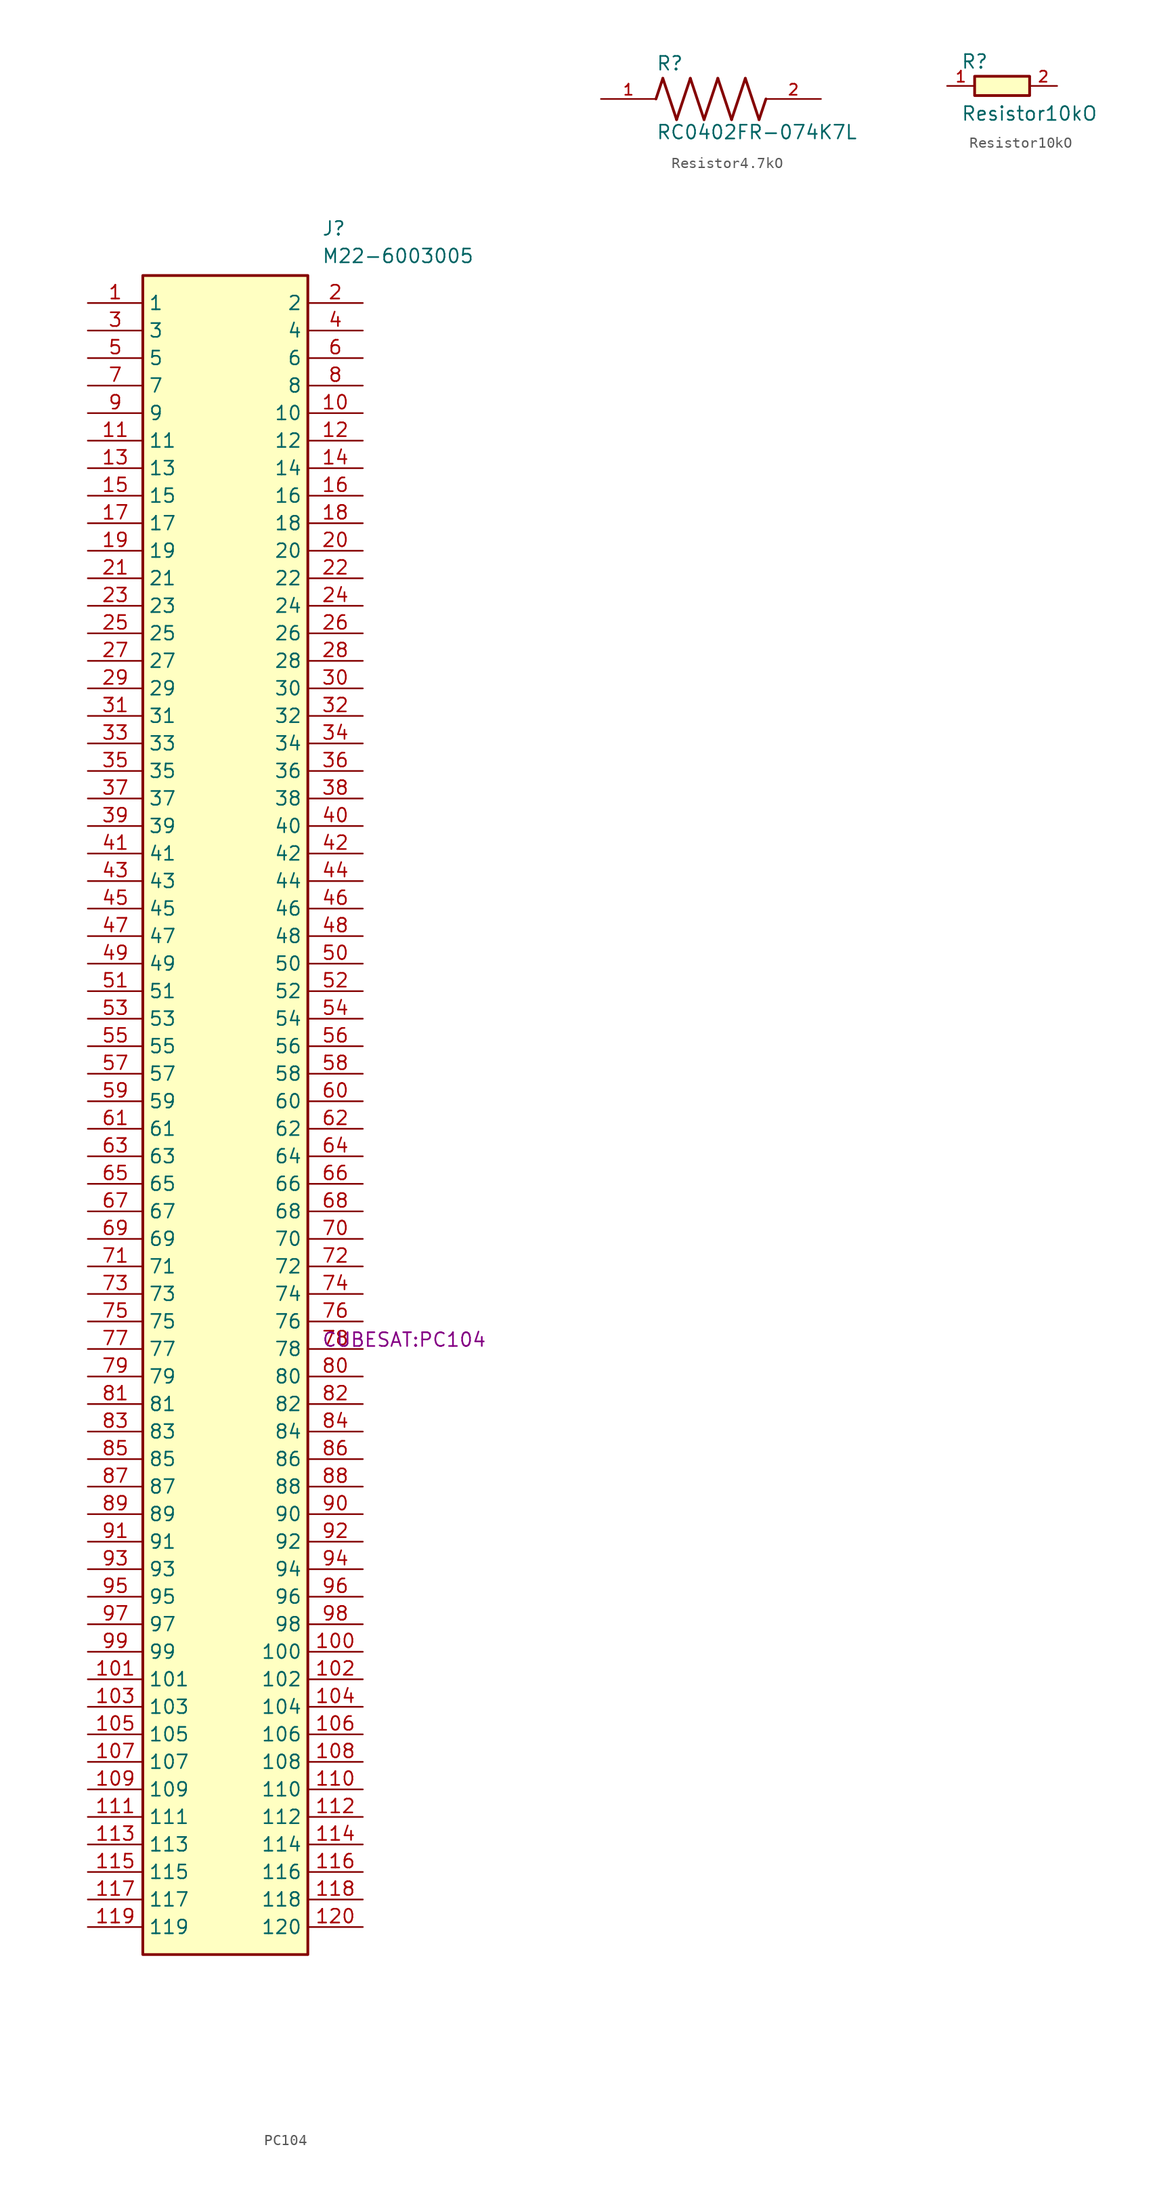
<source format=kicad_sym>
(kicad_symbol_lib
  (version 20220914)
  (generator kicad_symbol_editor)
  (symbol "PC104"
    (property "Reference" "J"
      (at 21.59 7.62 0)
      (effects (font (size 1.27 1.27)) (justify left top)))
    (property "Value" "M22-6003005"
      (at 21.59 5.08 0)
      (effects (font (size 1.27 1.27)) (justify left top)))
    (property "Footprint" "CUBESAT:PC104"
      (at 21.59 -94.92 0)
      (effects (font (size 1.27 1.27)) (justify left top)))
    (symbol "PC104_1_1"
      (rectangle (start 5.08 2.54) (end 20.32 -152.4) (stroke (width 0.254) (type default)) (fill (type background)))
      (pin passive line (at 0 0 0) (length 5.08) (name "1" (effects (font (size 1.27 1.27)))) (number "1" (effects (font (size 1.27 1.27)))))
      (pin passive line (at 25.4 -10.16 180) (length 5.08) (name "10" (effects (font (size 1.27 1.27)))) (number "10" (effects (font (size 1.27 1.27)))))
      (pin passive line (at 25.4 -124.46 180) (length 5.08) (name "100" (effects (font (size 1.27 1.27)))) (number "100" (effects (font (size 1.27 1.27)))))
      (pin passive line (at 0 -127 0) (length 5.08) (name "101" (effects (font (size 1.27 1.27)))) (number "101" (effects (font (size 1.27 1.27)))))
      (pin passive line (at 25.4 -127 180) (length 5.08) (name "102" (effects (font (size 1.27 1.27)))) (number "102" (effects (font (size 1.27 1.27)))))
      (pin passive line (at 0 -129.54 0) (length 5.08) (name "103" (effects (font (size 1.27 1.27)))) (number "103" (effects (font (size 1.27 1.27)))))
      (pin passive line (at 25.4 -129.54 180) (length 5.08) (name "104" (effects (font (size 1.27 1.27)))) (number "104" (effects (font (size 1.27 1.27)))))
      (pin passive line (at 0 -132.08 0) (length 5.08) (name "105" (effects (font (size 1.27 1.27)))) (number "105" (effects (font (size 1.27 1.27)))))
      (pin passive line (at 25.4 -132.08 180) (length 5.08) (name "106" (effects (font (size 1.27 1.27)))) (number "106" (effects (font (size 1.27 1.27)))))
      (pin passive line (at 0 -134.62 0) (length 5.08) (name "107" (effects (font (size 1.27 1.27)))) (number "107" (effects (font (size 1.27 1.27)))))
      (pin passive line (at 25.4 -134.62 180) (length 5.08) (name "108" (effects (font (size 1.27 1.27)))) (number "108" (effects (font (size 1.27 1.27)))))
      (pin passive line (at 0 -137.16 0) (length 5.08) (name "109" (effects (font (size 1.27 1.27)))) (number "109" (effects (font (size 1.27 1.27)))))
      (pin passive line (at 0 -12.7 0) (length 5.08) (name "11" (effects (font (size 1.27 1.27)))) (number "11" (effects (font (size 1.27 1.27)))))
      (pin passive line (at 25.4 -137.16 180) (length 5.08) (name "110" (effects (font (size 1.27 1.27)))) (number "110" (effects (font (size 1.27 1.27)))))
      (pin passive line (at 0 -139.7 0) (length 5.08) (name "111" (effects (font (size 1.27 1.27)))) (number "111" (effects (font (size 1.27 1.27)))))
      (pin passive line (at 25.4 -139.7 180) (length 5.08) (name "112" (effects (font (size 1.27 1.27)))) (number "112" (effects (font (size 1.27 1.27)))))
      (pin passive line (at 0 -142.24 0) (length 5.08) (name "113" (effects (font (size 1.27 1.27)))) (number "113" (effects (font (size 1.27 1.27)))))
      (pin passive line (at 25.4 -142.24 180) (length 5.08) (name "114" (effects (font (size 1.27 1.27)))) (number "114" (effects (font (size 1.27 1.27)))))
      (pin passive line (at 0 -144.78 0) (length 5.08) (name "115" (effects (font (size 1.27 1.27)))) (number "115" (effects (font (size 1.27 1.27)))))
      (pin passive line (at 25.4 -144.78 180) (length 5.08) (name "116" (effects (font (size 1.27 1.27)))) (number "116" (effects (font (size 1.27 1.27)))))
      (pin passive line (at 0 -147.32 0) (length 5.08) (name "117" (effects (font (size 1.27 1.27)))) (number "117" (effects (font (size 1.27 1.27)))))
      (pin passive line (at 25.4 -147.32 180) (length 5.08) (name "118" (effects (font (size 1.27 1.27)))) (number "118" (effects (font (size 1.27 1.27)))))
      (pin passive line (at 0 -149.86 0) (length 5.08) (name "119" (effects (font (size 1.27 1.27)))) (number "119" (effects (font (size 1.27 1.27)))))
      (pin passive line (at 25.4 -12.7 180) (length 5.08) (name "12" (effects (font (size 1.27 1.27)))) (number "12" (effects (font (size 1.27 1.27)))))
      (pin passive line (at 25.4 -149.86 180) (length 5.08) (name "120" (effects (font (size 1.27 1.27)))) (number "120" (effects (font (size 1.27 1.27)))))
      (pin passive line (at 0 -15.24 0) (length 5.08) (name "13" (effects (font (size 1.27 1.27)))) (number "13" (effects (font (size 1.27 1.27)))))
      (pin passive line (at 25.4 -15.24 180) (length 5.08) (name "14" (effects (font (size 1.27 1.27)))) (number "14" (effects (font (size 1.27 1.27)))))
      (pin passive line (at 0 -17.78 0) (length 5.08) (name "15" (effects (font (size 1.27 1.27)))) (number "15" (effects (font (size 1.27 1.27)))))
      (pin passive line (at 25.4 -17.78 180) (length 5.08) (name "16" (effects (font (size 1.27 1.27)))) (number "16" (effects (font (size 1.27 1.27)))))
      (pin passive line (at 0 -20.32 0) (length 5.08) (name "17" (effects (font (size 1.27 1.27)))) (number "17" (effects (font (size 1.27 1.27)))))
      (pin passive line (at 25.4 -20.32 180) (length 5.08) (name "18" (effects (font (size 1.27 1.27)))) (number "18" (effects (font (size 1.27 1.27)))))
      (pin passive line (at 0 -22.86 0) (length 5.08) (name "19" (effects (font (size 1.27 1.27)))) (number "19" (effects (font (size 1.27 1.27)))))
      (pin passive line (at 25.4 0 180) (length 5.08) (name "2" (effects (font (size 1.27 1.27)))) (number "2" (effects (font (size 1.27 1.27)))))
      (pin passive line (at 25.4 -22.86 180) (length 5.08) (name "20" (effects (font (size 1.27 1.27)))) (number "20" (effects (font (size 1.27 1.27)))))
      (pin passive line (at 0 -25.4 0) (length 5.08) (name "21" (effects (font (size 1.27 1.27)))) (number "21" (effects (font (size 1.27 1.27)))))
      (pin passive line (at 25.4 -25.4 180) (length 5.08) (name "22" (effects (font (size 1.27 1.27)))) (number "22" (effects (font (size 1.27 1.27)))))
      (pin passive line (at 0 -27.94 0) (length 5.08) (name "23" (effects (font (size 1.27 1.27)))) (number "23" (effects (font (size 1.27 1.27)))))
      (pin passive line (at 25.4 -27.94 180) (length 5.08) (name "24" (effects (font (size 1.27 1.27)))) (number "24" (effects (font (size 1.27 1.27)))))
      (pin passive line (at 0 -30.48 0) (length 5.08) (name "25" (effects (font (size 1.27 1.27)))) (number "25" (effects (font (size 1.27 1.27)))))
      (pin passive line (at 25.4 -30.48 180) (length 5.08) (name "26" (effects (font (size 1.27 1.27)))) (number "26" (effects (font (size 1.27 1.27)))))
      (pin passive line (at 0 -33.02 0) (length 5.08) (name "27" (effects (font (size 1.27 1.27)))) (number "27" (effects (font (size 1.27 1.27)))))
      (pin passive line (at 25.4 -33.02 180) (length 5.08) (name "28" (effects (font (size 1.27 1.27)))) (number "28" (effects (font (size 1.27 1.27)))))
      (pin passive line (at 0 -35.56 0) (length 5.08) (name "29" (effects (font (size 1.27 1.27)))) (number "29" (effects (font (size 1.27 1.27)))))
      (pin passive line (at 0 -2.54 0) (length 5.08) (name "3" (effects (font (size 1.27 1.27)))) (number "3" (effects (font (size 1.27 1.27)))))
      (pin passive line (at 25.4 -35.56 180) (length 5.08) (name "30" (effects (font (size 1.27 1.27)))) (number "30" (effects (font (size 1.27 1.27)))))
      (pin passive line (at 0 -38.1 0) (length 5.08) (name "31" (effects (font (size 1.27 1.27)))) (number "31" (effects (font (size 1.27 1.27)))))
      (pin passive line (at 25.4 -38.1 180) (length 5.08) (name "32" (effects (font (size 1.27 1.27)))) (number "32" (effects (font (size 1.27 1.27)))))
      (pin passive line (at 0 -40.64 0) (length 5.08) (name "33" (effects (font (size 1.27 1.27)))) (number "33" (effects (font (size 1.27 1.27)))))
      (pin passive line (at 25.4 -40.64 180) (length 5.08) (name "34" (effects (font (size 1.27 1.27)))) (number "34" (effects (font (size 1.27 1.27)))))
      (pin passive line (at 0 -43.18 0) (length 5.08) (name "35" (effects (font (size 1.27 1.27)))) (number "35" (effects (font (size 1.27 1.27)))))
      (pin passive line (at 25.4 -43.18 180) (length 5.08) (name "36" (effects (font (size 1.27 1.27)))) (number "36" (effects (font (size 1.27 1.27)))))
      (pin passive line (at 0 -45.72 0) (length 5.08) (name "37" (effects (font (size 1.27 1.27)))) (number "37" (effects (font (size 1.27 1.27)))))
      (pin passive line (at 25.4 -45.72 180) (length 5.08) (name "38" (effects (font (size 1.27 1.27)))) (number "38" (effects (font (size 1.27 1.27)))))
      (pin passive line (at 0 -48.26 0) (length 5.08) (name "39" (effects (font (size 1.27 1.27)))) (number "39" (effects (font (size 1.27 1.27)))))
      (pin passive line (at 25.4 -2.54 180) (length 5.08) (name "4" (effects (font (size 1.27 1.27)))) (number "4" (effects (font (size 1.27 1.27)))))
      (pin passive line (at 25.4 -48.26 180) (length 5.08) (name "40" (effects (font (size 1.27 1.27)))) (number "40" (effects (font (size 1.27 1.27)))))
      (pin passive line (at 0 -50.8 0) (length 5.08) (name "41" (effects (font (size 1.27 1.27)))) (number "41" (effects (font (size 1.27 1.27)))))
      (pin passive line (at 25.4 -50.8 180) (length 5.08) (name "42" (effects (font (size 1.27 1.27)))) (number "42" (effects (font (size 1.27 1.27)))))
      (pin passive line (at 0 -53.34 0) (length 5.08) (name "43" (effects (font (size 1.27 1.27)))) (number "43" (effects (font (size 1.27 1.27)))))
      (pin passive line (at 25.4 -53.34 180) (length 5.08) (name "44" (effects (font (size 1.27 1.27)))) (number "44" (effects (font (size 1.27 1.27)))))
      (pin passive line (at 0 -55.88 0) (length 5.08) (name "45" (effects (font (size 1.27 1.27)))) (number "45" (effects (font (size 1.27 1.27)))))
      (pin passive line (at 25.4 -55.88 180) (length 5.08) (name "46" (effects (font (size 1.27 1.27)))) (number "46" (effects (font (size 1.27 1.27)))))
      (pin passive line (at 0 -58.42 0) (length 5.08) (name "47" (effects (font (size 1.27 1.27)))) (number "47" (effects (font (size 1.27 1.27)))))
      (pin passive line (at 25.4 -58.42 180) (length 5.08) (name "48" (effects (font (size 1.27 1.27)))) (number "48" (effects (font (size 1.27 1.27)))))
      (pin passive line (at 0 -60.96 0) (length 5.08) (name "49" (effects (font (size 1.27 1.27)))) (number "49" (effects (font (size 1.27 1.27)))))
      (pin passive line (at 0 -5.08 0) (length 5.08) (name "5" (effects (font (size 1.27 1.27)))) (number "5" (effects (font (size 1.27 1.27)))))
      (pin passive line (at 25.4 -60.96 180) (length 5.08) (name "50" (effects (font (size 1.27 1.27)))) (number "50" (effects (font (size 1.27 1.27)))))
      (pin passive line (at 0 -63.5 0) (length 5.08) (name "51" (effects (font (size 1.27 1.27)))) (number "51" (effects (font (size 1.27 1.27)))))
      (pin passive line (at 25.4 -63.5 180) (length 5.08) (name "52" (effects (font (size 1.27 1.27)))) (number "52" (effects (font (size 1.27 1.27)))))
      (pin passive line (at 0 -66.04 0) (length 5.08) (name "53" (effects (font (size 1.27 1.27)))) (number "53" (effects (font (size 1.27 1.27)))))
      (pin passive line (at 25.4 -66.04 180) (length 5.08) (name "54" (effects (font (size 1.27 1.27)))) (number "54" (effects (font (size 1.27 1.27)))))
      (pin passive line (at 0 -68.58 0) (length 5.08) (name "55" (effects (font (size 1.27 1.27)))) (number "55" (effects (font (size 1.27 1.27)))))
      (pin passive line (at 25.4 -68.58 180) (length 5.08) (name "56" (effects (font (size 1.27 1.27)))) (number "56" (effects (font (size 1.27 1.27)))))
      (pin passive line (at 0 -71.12 0) (length 5.08) (name "57" (effects (font (size 1.27 1.27)))) (number "57" (effects (font (size 1.27 1.27)))))
      (pin passive line (at 25.4 -71.12 180) (length 5.08) (name "58" (effects (font (size 1.27 1.27)))) (number "58" (effects (font (size 1.27 1.27)))))
      (pin passive line (at 0 -73.66 0) (length 5.08) (name "59" (effects (font (size 1.27 1.27)))) (number "59" (effects (font (size 1.27 1.27)))))
      (pin passive line (at 25.4 -5.08 180) (length 5.08) (name "6" (effects (font (size 1.27 1.27)))) (number "6" (effects (font (size 1.27 1.27)))))
      (pin passive line (at 25.4 -73.66 180) (length 5.08) (name "60" (effects (font (size 1.27 1.27)))) (number "60" (effects (font (size 1.27 1.27)))))
      (pin passive line (at 0 -76.2 0) (length 5.08) (name "61" (effects (font (size 1.27 1.27)))) (number "61" (effects (font (size 1.27 1.27)))))
      (pin passive line (at 25.4 -76.2 180) (length 5.08) (name "62" (effects (font (size 1.27 1.27)))) (number "62" (effects (font (size 1.27 1.27)))))
      (pin passive line (at 0 -78.74 0) (length 5.08) (name "63" (effects (font (size 1.27 1.27)))) (number "63" (effects (font (size 1.27 1.27)))))
      (pin passive line (at 25.4 -78.74 180) (length 5.08) (name "64" (effects (font (size 1.27 1.27)))) (number "64" (effects (font (size 1.27 1.27)))))
      (pin passive line (at 0 -81.28 0) (length 5.08) (name "65" (effects (font (size 1.27 1.27)))) (number "65" (effects (font (size 1.27 1.27)))))
      (pin passive line (at 25.4 -81.28 180) (length 5.08) (name "66" (effects (font (size 1.27 1.27)))) (number "66" (effects (font (size 1.27 1.27)))))
      (pin passive line (at 0 -83.82 0) (length 5.08) (name "67" (effects (font (size 1.27 1.27)))) (number "67" (effects (font (size 1.27 1.27)))))
      (pin passive line (at 25.4 -83.82 180) (length 5.08) (name "68" (effects (font (size 1.27 1.27)))) (number "68" (effects (font (size 1.27 1.27)))))
      (pin passive line (at 0 -86.36 0) (length 5.08) (name "69" (effects (font (size 1.27 1.27)))) (number "69" (effects (font (size 1.27 1.27)))))
      (pin passive line (at 0 -7.62 0) (length 5.08) (name "7" (effects (font (size 1.27 1.27)))) (number "7" (effects (font (size 1.27 1.27)))))
      (pin passive line (at 25.4 -86.36 180) (length 5.08) (name "70" (effects (font (size 1.27 1.27)))) (number "70" (effects (font (size 1.27 1.27)))))
      (pin passive line (at 0 -88.9 0) (length 5.08) (name "71" (effects (font (size 1.27 1.27)))) (number "71" (effects (font (size 1.27 1.27)))))
      (pin passive line (at 25.4 -88.9 180) (length 5.08) (name "72" (effects (font (size 1.27 1.27)))) (number "72" (effects (font (size 1.27 1.27)))))
      (pin passive line (at 0 -91.44 0) (length 5.08) (name "73" (effects (font (size 1.27 1.27)))) (number "73" (effects (font (size 1.27 1.27)))))
      (pin passive line (at 25.4 -91.44 180) (length 5.08) (name "74" (effects (font (size 1.27 1.27)))) (number "74" (effects (font (size 1.27 1.27)))))
      (pin passive line (at 0 -93.98 0) (length 5.08) (name "75" (effects (font (size 1.27 1.27)))) (number "75" (effects (font (size 1.27 1.27)))))
      (pin passive line (at 25.4 -93.98 180) (length 5.08) (name "76" (effects (font (size 1.27 1.27)))) (number "76" (effects (font (size 1.27 1.27)))))
      (pin passive line (at 0 -96.52 0) (length 5.08) (name "77" (effects (font (size 1.27 1.27)))) (number "77" (effects (font (size 1.27 1.27)))))
      (pin passive line (at 25.4 -96.52 180) (length 5.08) (name "78" (effects (font (size 1.27 1.27)))) (number "78" (effects (font (size 1.27 1.27)))))
      (pin passive line (at 0 -99.06 0) (length 5.08) (name "79" (effects (font (size 1.27 1.27)))) (number "79" (effects (font (size 1.27 1.27)))))
      (pin passive line (at 25.4 -7.62 180) (length 5.08) (name "8" (effects (font (size 1.27 1.27)))) (number "8" (effects (font (size 1.27 1.27)))))
      (pin passive line (at 25.4 -99.06 180) (length 5.08) (name "80" (effects (font (size 1.27 1.27)))) (number "80" (effects (font (size 1.27 1.27)))))
      (pin passive line (at 0 -101.6 0) (length 5.08) (name "81" (effects (font (size 1.27 1.27)))) (number "81" (effects (font (size 1.27 1.27)))))
      (pin passive line (at 25.4 -101.6 180) (length 5.08) (name "82" (effects (font (size 1.27 1.27)))) (number "82" (effects (font (size 1.27 1.27)))))
      (pin passive line (at 0 -104.14 0) (length 5.08) (name "83" (effects (font (size 1.27 1.27)))) (number "83" (effects (font (size 1.27 1.27)))))
      (pin passive line (at 25.4 -104.14 180) (length 5.08) (name "84" (effects (font (size 1.27 1.27)))) (number "84" (effects (font (size 1.27 1.27)))))
      (pin passive line (at 0 -106.68 0) (length 5.08) (name "85" (effects (font (size 1.27 1.27)))) (number "85" (effects (font (size 1.27 1.27)))))
      (pin passive line (at 25.4 -106.68 180) (length 5.08) (name "86" (effects (font (size 1.27 1.27)))) (number "86" (effects (font (size 1.27 1.27)))))
      (pin passive line (at 0 -109.22 0) (length 5.08) (name "87" (effects (font (size 1.27 1.27)))) (number "87" (effects (font (size 1.27 1.27)))))
      (pin passive line (at 25.4 -109.22 180) (length 5.08) (name "88" (effects (font (size 1.27 1.27)))) (number "88" (effects (font (size 1.27 1.27)))))
      (pin passive line (at 0 -111.76 0) (length 5.08) (name "89" (effects (font (size 1.27 1.27)))) (number "89" (effects (font (size 1.27 1.27)))))
      (pin passive line (at 0 -10.16 0) (length 5.08) (name "9" (effects (font (size 1.27 1.27)))) (number "9" (effects (font (size 1.27 1.27)))))
      (pin passive line (at 25.4 -111.76 180) (length 5.08) (name "90" (effects (font (size 1.27 1.27)))) (number "90" (effects (font (size 1.27 1.27)))))
      (pin passive line (at 0 -114.3 0) (length 5.08) (name "91" (effects (font (size 1.27 1.27)))) (number "91" (effects (font (size 1.27 1.27)))))
      (pin passive line (at 25.4 -114.3 180) (length 5.08) (name "92" (effects (font (size 1.27 1.27)))) (number "92" (effects (font (size 1.27 1.27)))))
      (pin passive line (at 0 -116.84 0) (length 5.08) (name "93" (effects (font (size 1.27 1.27)))) (number "93" (effects (font (size 1.27 1.27)))))
      (pin passive line (at 25.4 -116.84 180) (length 5.08) (name "94" (effects (font (size 1.27 1.27)))) (number "94" (effects (font (size 1.27 1.27)))))
      (pin passive line (at 0 -119.38 0) (length 5.08) (name "95" (effects (font (size 1.27 1.27)))) (number "95" (effects (font (size 1.27 1.27)))))
      (pin passive line (at 25.4 -119.38 180) (length 5.08) (name "96" (effects (font (size 1.27 1.27)))) (number "96" (effects (font (size 1.27 1.27)))))
      (pin passive line (at 0 -121.92 0) (length 5.08) (name "97" (effects (font (size 1.27 1.27)))) (number "97" (effects (font (size 1.27 1.27)))))
      (pin passive line (at 25.4 -121.92 180) (length 5.08) (name "98" (effects (font (size 1.27 1.27)))) (number "98" (effects (font (size 1.27 1.27)))))
      (pin passive line (at 0 -124.46 0) (length 5.08) (name "99" (effects (font (size 1.27 1.27)))) (number "99" (effects (font (size 1.27 1.27)))))))
  (symbol "Resistor4.7kO"
    (pin_names
      (offset 1.016))
    (property "Reference" "R"
      (at -5.08 2.54 0)
      (effects (font (size 1.27 1.27)) (justify left bottom)))
    (property "Value" "RC0402FR-074K7L"
      (at -5.08 -3.81 0)
      (effects (font (size 1.27 1.27)) (justify left bottom)))
    (symbol "Resistor4.7kO_0_0"
      (polyline (pts (xy -5.08 0) (xy -4.445 1.905)) (stroke (width 0.254) (type default)) (fill (type none)))
      (polyline (pts (xy -4.445 1.905) (xy -3.175 -1.905)) (stroke (width 0.254) (type default)) (fill (type none)))
      (polyline (pts (xy -3.175 -1.905) (xy -1.905 1.905)) (stroke (width 0.254) (type default)) (fill (type none)))
      (polyline (pts (xy -1.905 1.905) (xy -0.635 -1.905)) (stroke (width 0.254) (type default)) (fill (type none)))
      (polyline (pts (xy -0.635 -1.905) (xy 0.635 1.905)) (stroke (width 0.254) (type default)) (fill (type none)))
      (polyline (pts (xy 0.635 1.905) (xy 1.905 -1.905)) (stroke (width 0.254) (type default)) (fill (type none)))
      (polyline (pts (xy 1.905 -1.905) (xy 3.175 1.905)) (stroke (width 0.254) (type default)) (fill (type none)))
      (polyline (pts (xy 3.175 1.905) (xy 4.445 -1.905)) (stroke (width 0.254) (type default)) (fill (type none)))
      (polyline (pts (xy 4.445 -1.905) (xy 5.08 0)) (stroke (width 0.254) (type default)) (fill (type none)))
      (pin passive line (at -10.16 0 0) (length 5.08) (name "~" (effects (font (size 1.016 1.016)))) (number "1" (effects (font (size 1.016 1.016)))))
      (pin passive line (at 10.16 0 180) (length 5.08) (name "~" (effects (font (size 1.016 1.016)))) (number "2" (effects (font (size 1.016 1.016)))))))
  (symbol "Resistor10kO"
    (pin_names
      (offset 1.016))
    (property "Reference" "R"
      (at -3.815 1.501 0)
      (effects (font (size 1.27 1.27)) (justify left bottom)))
    (property "Value" "Resistor10kO"
      (at -3.81 -3.302 0)
      (effects (font (size 1.27 1.27)) (justify left bottom)))
    (symbol "Resistor10kO_0_0"
      (rectangle (start -2.54 -0.889) (end 2.54 0.889) (stroke (width 0.254) (type default)) (fill (type background)))
      (pin passive line (at -5.08 0 0) (length 2.54) (name "~" (effects (font (size 1.016 1.016)))) (number "1" (effects (font (size 1.016 1.016)))))
      (pin passive line (at 5.08 0 180) (length 2.54) (name "~" (effects (font (size 1.016 1.016)))) (number "2" (effects (font (size 1.016 1.016))))))))
</source>
